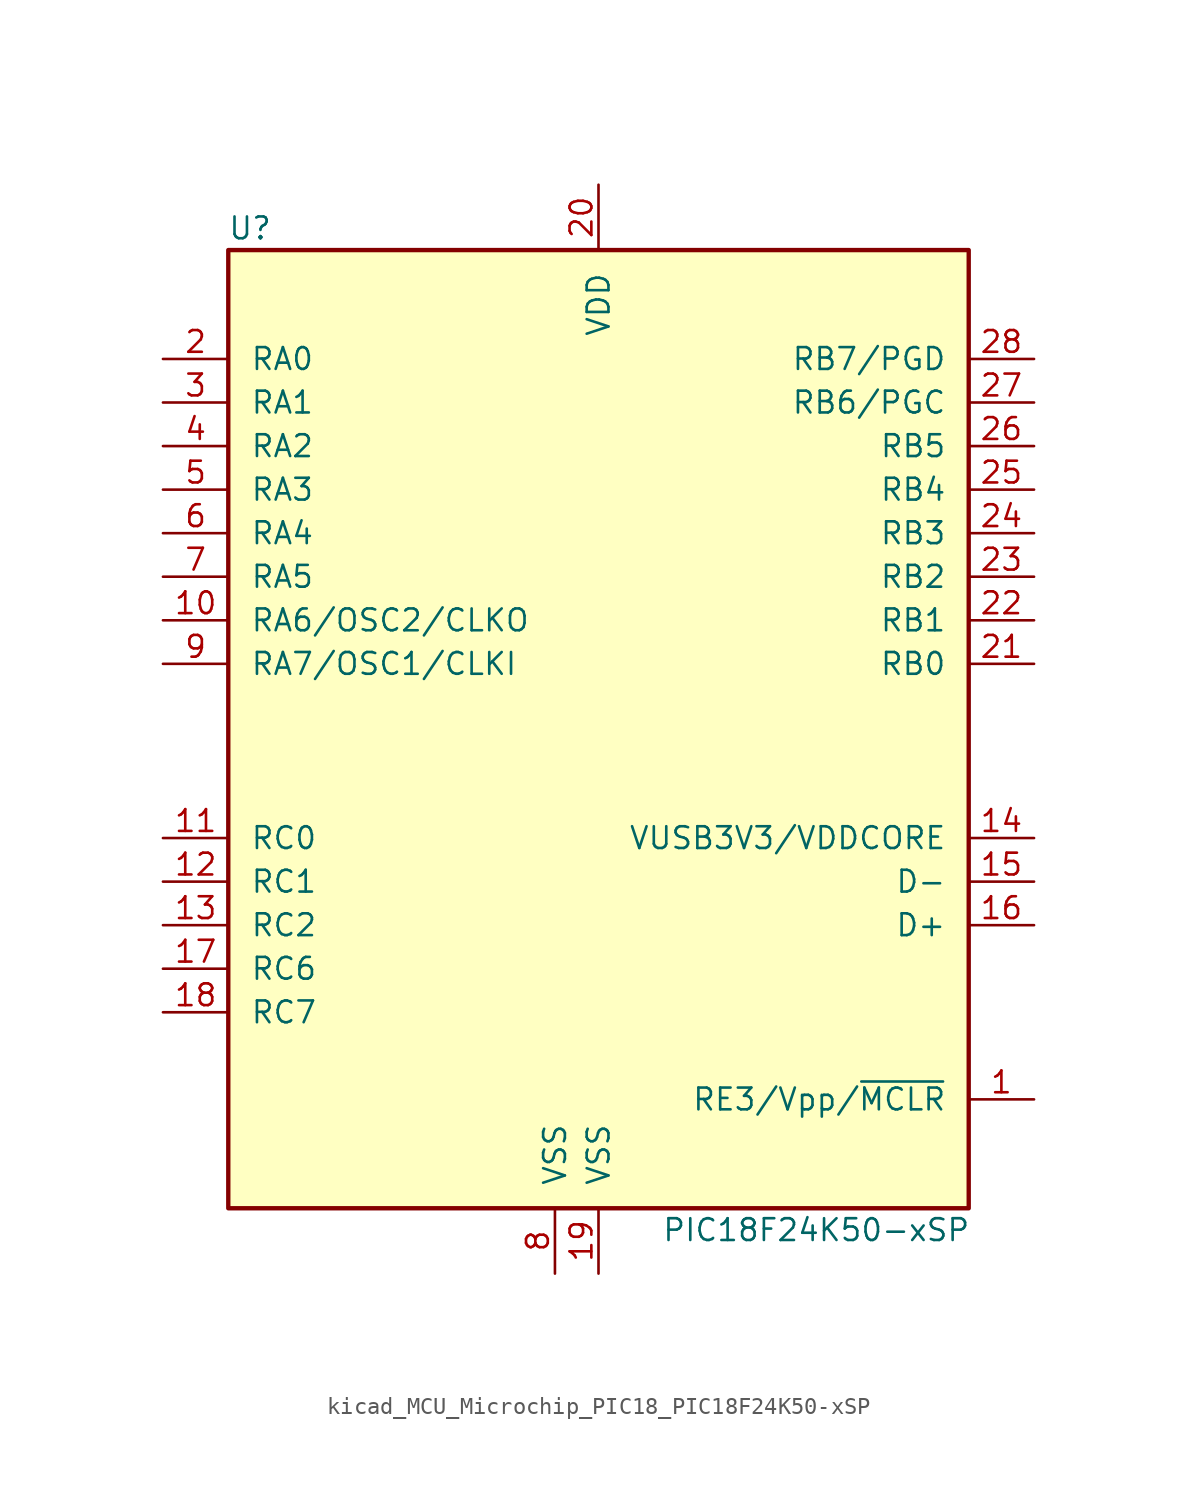
<source format=kicad_sym>
(kicad_symbol_lib
  (version 20220914)
  (generator kicad_symbol_editor)
  (symbol "kicad_MCU_Microchip_PIC18_PIC18F24K50-xSP"
    (pin_names
      (offset 1.27))
    (property "Reference" "U"
      (at -20.32 30.48 0)
      (effects (font (size 1.27 1.27))))
    (property "Value" "PIC18F24K50-xSP"
      (at 12.7 -27.94 0)
      (effects (font (size 1.27 1.27))))
    (symbol "kicad_MCU_Microchip_PIC18_PIC18F24K50-xSP_0_1"
      (rectangle (start -21.59 29.21) (end 21.59 -26.67) (stroke (width 0.254) (type default)) (fill (type background))))
    (symbol "kicad_MCU_Microchip_PIC18_PIC18F24K50-xSP_1_1"
      (pin input line (at 25.4 -20.32 180) (length 3.81) (name "RE3/Vpp/~{MCLR}" (effects (font (size 1.27 1.27)))) (number "1" (effects (font (size 1.27 1.27)))))
      (pin output line (at -25.4 7.62 0) (length 3.81) (name "RA6/OSC2/CLKO" (effects (font (size 1.27 1.27)))) (number "10" (effects (font (size 1.27 1.27)))))
      (pin bidirectional line (at -25.4 -5.08 0) (length 3.81) (name "RC0" (effects (font (size 1.27 1.27)))) (number "11" (effects (font (size 1.27 1.27)))))
      (pin bidirectional line (at -25.4 -7.62 0) (length 3.81) (name "RC1" (effects (font (size 1.27 1.27)))) (number "12" (effects (font (size 1.27 1.27)))))
      (pin bidirectional line (at -25.4 -10.16 0) (length 3.81) (name "RC2" (effects (font (size 1.27 1.27)))) (number "13" (effects (font (size 1.27 1.27)))))
      (pin bidirectional line (at 25.4 -5.08 180) (length 3.81) (name "VUSB3V3/VDDCORE" (effects (font (size 1.27 1.27)))) (number "14" (effects (font (size 1.27 1.27)))))
      (pin bidirectional line (at 25.4 -7.62 180) (length 3.81) (name "D-" (effects (font (size 1.27 1.27)))) (number "15" (effects (font (size 1.27 1.27)))))
      (pin bidirectional line (at 25.4 -10.16 180) (length 3.81) (name "D+" (effects (font (size 1.27 1.27)))) (number "16" (effects (font (size 1.27 1.27)))))
      (pin bidirectional line (at -25.4 -12.7 0) (length 3.81) (name "RC6" (effects (font (size 1.27 1.27)))) (number "17" (effects (font (size 1.27 1.27)))))
      (pin bidirectional line (at -25.4 -15.24 0) (length 3.81) (name "RC7" (effects (font (size 1.27 1.27)))) (number "18" (effects (font (size 1.27 1.27)))))
      (pin power_in line (at 0 -30.48 90) (length 3.81) (name "VSS" (effects (font (size 1.27 1.27)))) (number "19" (effects (font (size 1.27 1.27)))))
      (pin bidirectional line (at -25.4 22.86 0) (length 3.81) (name "RA0" (effects (font (size 1.27 1.27)))) (number "2" (effects (font (size 1.27 1.27)))))
      (pin power_in line (at 0 33.02 270) (length 3.81) (name "VDD" (effects (font (size 1.27 1.27)))) (number "20" (effects (font (size 1.27 1.27)))))
      (pin bidirectional line (at 25.4 5.08 180) (length 3.81) (name "RB0" (effects (font (size 1.27 1.27)))) (number "21" (effects (font (size 1.27 1.27)))))
      (pin bidirectional line (at 25.4 7.62 180) (length 3.81) (name "RB1" (effects (font (size 1.27 1.27)))) (number "22" (effects (font (size 1.27 1.27)))))
      (pin bidirectional line (at 25.4 10.16 180) (length 3.81) (name "RB2" (effects (font (size 1.27 1.27)))) (number "23" (effects (font (size 1.27 1.27)))))
      (pin bidirectional line (at 25.4 12.7 180) (length 3.81) (name "RB3" (effects (font (size 1.27 1.27)))) (number "24" (effects (font (size 1.27 1.27)))))
      (pin bidirectional line (at 25.4 15.24 180) (length 3.81) (name "RB4" (effects (font (size 1.27 1.27)))) (number "25" (effects (font (size 1.27 1.27)))))
      (pin bidirectional line (at 25.4 17.78 180) (length 3.81) (name "RB5" (effects (font (size 1.27 1.27)))) (number "26" (effects (font (size 1.27 1.27)))))
      (pin bidirectional line (at 25.4 20.32 180) (length 3.81) (name "RB6/PGC" (effects (font (size 1.27 1.27)))) (number "27" (effects (font (size 1.27 1.27)))))
      (pin bidirectional line (at 25.4 22.86 180) (length 3.81) (name "RB7/PGD" (effects (font (size 1.27 1.27)))) (number "28" (effects (font (size 1.27 1.27)))))
      (pin bidirectional line (at -25.4 20.32 0) (length 3.81) (name "RA1" (effects (font (size 1.27 1.27)))) (number "3" (effects (font (size 1.27 1.27)))))
      (pin bidirectional line (at -25.4 17.78 0) (length 3.81) (name "RA2" (effects (font (size 1.27 1.27)))) (number "4" (effects (font (size 1.27 1.27)))))
      (pin bidirectional line (at -25.4 15.24 0) (length 3.81) (name "RA3" (effects (font (size 1.27 1.27)))) (number "5" (effects (font (size 1.27 1.27)))))
      (pin bidirectional line (at -25.4 12.7 0) (length 3.81) (name "RA4" (effects (font (size 1.27 1.27)))) (number "6" (effects (font (size 1.27 1.27)))))
      (pin bidirectional line (at -25.4 10.16 0) (length 3.81) (name "RA5" (effects (font (size 1.27 1.27)))) (number "7" (effects (font (size 1.27 1.27)))))
      (pin power_in line (at -2.54 -30.48 90) (length 3.81) (name "VSS" (effects (font (size 1.27 1.27)))) (number "8" (effects (font (size 1.27 1.27)))))
      (pin input line (at -25.4 5.08 0) (length 3.81) (name "RA7/OSC1/CLKI" (effects (font (size 1.27 1.27)))) (number "9" (effects (font (size 1.27 1.27))))))))
</source>
